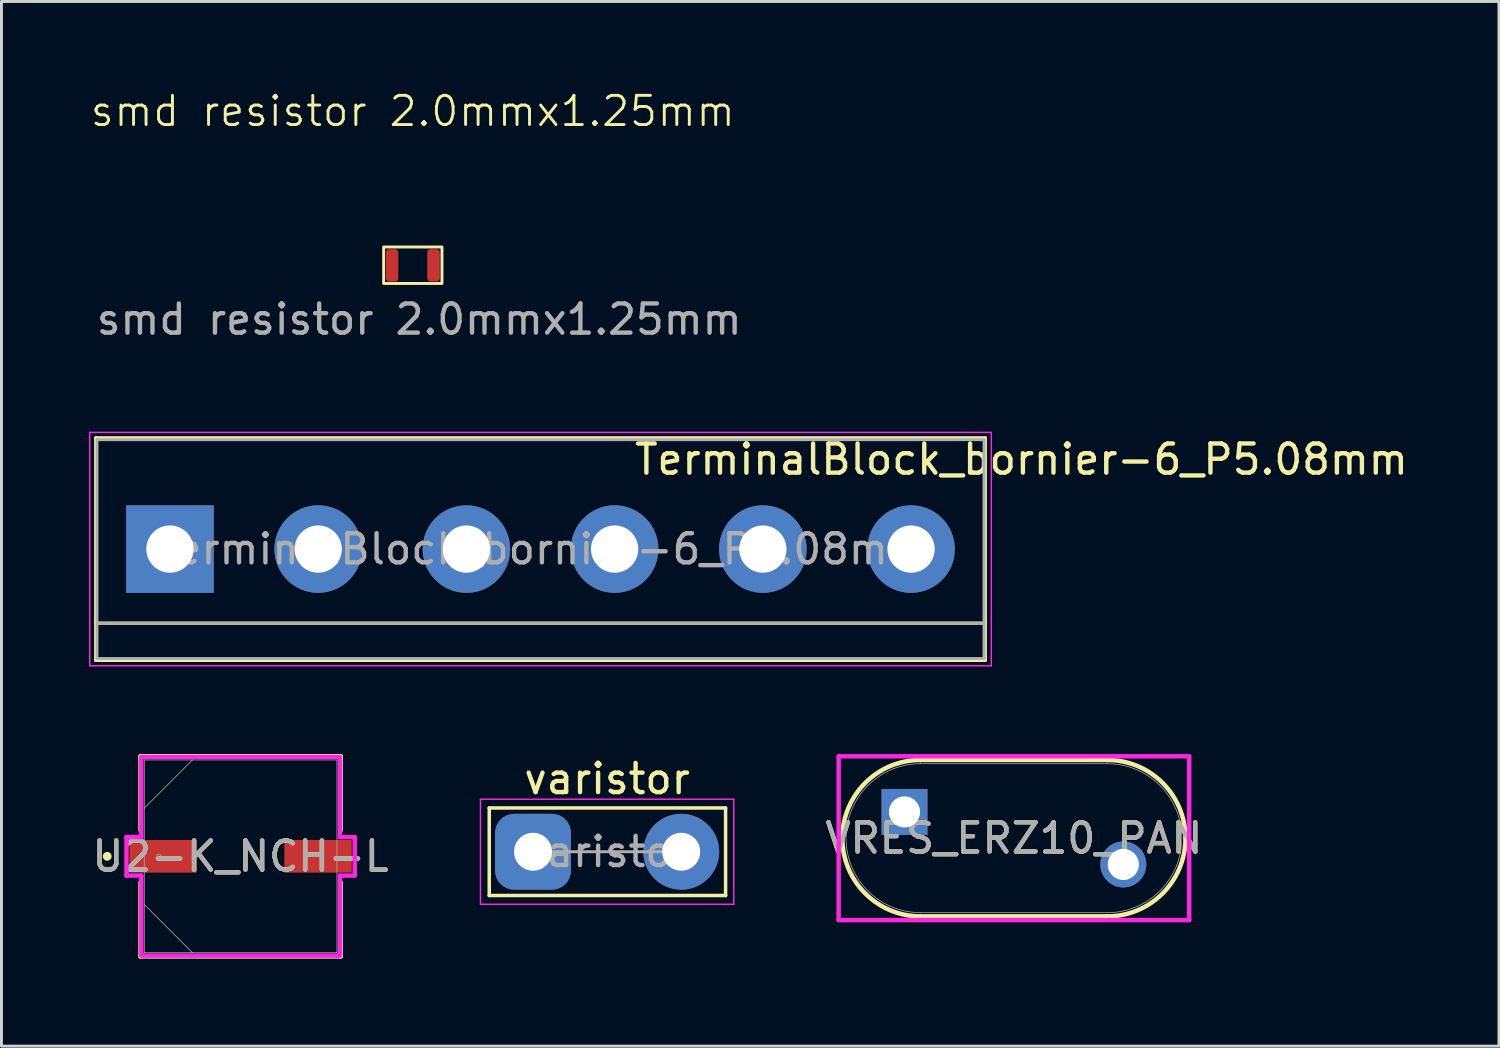
<source format=kicad_pcb>
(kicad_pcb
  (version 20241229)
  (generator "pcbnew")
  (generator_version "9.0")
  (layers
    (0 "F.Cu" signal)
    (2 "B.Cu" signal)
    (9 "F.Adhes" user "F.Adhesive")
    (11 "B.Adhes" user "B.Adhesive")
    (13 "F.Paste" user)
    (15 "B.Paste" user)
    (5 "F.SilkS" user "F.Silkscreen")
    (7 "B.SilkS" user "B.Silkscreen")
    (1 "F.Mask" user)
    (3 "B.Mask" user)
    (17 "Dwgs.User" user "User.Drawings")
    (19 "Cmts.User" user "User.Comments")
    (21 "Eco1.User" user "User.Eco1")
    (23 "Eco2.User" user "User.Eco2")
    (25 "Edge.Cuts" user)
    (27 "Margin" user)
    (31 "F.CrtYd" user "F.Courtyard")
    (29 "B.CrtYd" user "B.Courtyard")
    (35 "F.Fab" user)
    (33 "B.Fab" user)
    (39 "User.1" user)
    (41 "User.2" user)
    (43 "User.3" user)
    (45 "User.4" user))
  (footprint "TerminalBlock_bornier-6_P5.08mm"
    (layer "F.Cu")
    (at 2.775 15.769)
    (property "Reference" "TerminalBlock_bornier-6_P5.08mm" (at 29.185 -3.075 180) (layer "F.SilkS") (effects (font (size 1 1) (thickness 0.15))))
    (attr through_hole)
    (fp_line (start -2.54 -3.81) (end -2.54 3.81) (stroke (width 0.12) (type solid)) (layer "F.SilkS"))
    (fp_line (start -2.54 -3.81) (end 27.94 -3.81) (stroke (width 0.12) (type solid)) (layer "F.SilkS"))
    (fp_line (start -2.54 2.54) (end 27.94 2.54) (stroke (width 0.12) (type solid)) (layer "F.SilkS"))
    (fp_line (start -2.54 3.81) (end 27.94 3.81) (stroke (width 0.12) (type solid)) (layer "F.SilkS"))
    (fp_line (start 27.94 3.81) (end 27.94 -3.81) (stroke (width 0.12) (type solid)) (layer "F.SilkS"))
    (fp_line (start -2.75 -4) (end -2.75 4) (stroke (width 0.05) (type solid)) (layer "F.CrtYd"))
    (fp_line (start -2.75 -4) (end 28.15 -4) (stroke (width 0.05) (type solid)) (layer "F.CrtYd"))
    (fp_line (start 28.15 4) (end -2.75 4) (stroke (width 0.05) (type solid)) (layer "F.CrtYd"))
    (fp_line (start 28.15 4) (end 28.15 -4) (stroke (width 0.05) (type solid)) (layer "F.CrtYd"))
    (fp_line (start -2.5 -3.75) (end -2.5 3.75) (stroke (width 0.1) (type solid)) (layer "F.Fab"))
    (fp_line (start -2.5 2.55) (end 27.9 2.55) (stroke (width 0.1) (type solid)) (layer "F.Fab"))
    (fp_line (start -2.5 3.75) (end 27.9 3.75) (stroke (width 0.1) (type solid)) (layer "F.Fab"))
    (fp_line (start 27.9 -3.75) (end -2.5 -3.75) (stroke (width 0.1) (type solid)) (layer "F.Fab"))
    (fp_line (start 27.9 3.75) (end 27.9 -3.75) (stroke (width 0.1) (type solid)) (layer "F.Fab"))
    (fp_text user "${REFERENCE}" (at 12.7 0 180) (layer "F.Fab") (effects (font (size 1 1) (thickness 0.15))))
    (pad "1" thru_hole rect (at 0 0) (size 3 3) (drill 1.62) (layers "*.Cu" "*.Mask"))
    (pad "2" thru_hole circle (at 5.08 0) (size 3 3) (drill 1.62) (layers "*.Cu" "*.Mask"))
    (pad "3" thru_hole circle (at 10.16 0) (size 3 3) (drill 1.62) (layers "*.Cu" "*.Mask"))
    (pad "4" thru_hole circle (at 15.24 0) (size 3 3) (drill 1.62) (layers "*.Cu" "*.Mask"))
    (pad "5" thru_hole circle (at 20.32 0) (size 3 3) (drill 1.62) (layers "*.Cu" "*.Mask"))
    (pad "6" thru_hole circle (at 25.4 0) (size 3 3) (drill 1.62) (layers "*.Cu" "*.Mask")))
  (footprint "VRES_ERZ10_PAN"
    (layer "F.Cu")
    (at 31.7 25.677)
    (property "Reference" "VRES_ERZ10_PAN" (at 0 0 0) (unlocked yes) (layer "F.SilkS") (effects (font (size 1 1) (thickness 0.15))))
    (attr through_hole)
    (fp_line (start -3.2 -2.68) (end 3.2 -2.68) (stroke (width 0.152) (type solid)) (layer "F.SilkS"))
    (fp_line (start -3.2 2.68) (end 3.2 2.68) (stroke (width 0.152) (type solid)) (layer "F.SilkS"))
    (fp_arc (start -3.2004 2.6797) (mid -5.8801 0) (end -3.2004 -2.6797) (stroke (width 0.1524) (type solid)) (layer "F.SilkS"))
    (fp_arc (start 3.2004 -2.6797) (mid 5.095234 -1.894834) (end 5.8801 0) (stroke (width 0.1524) (type solid)) (layer "F.SilkS"))
    (fp_arc (start 5.8801 0) (mid 5.095234 1.894834) (end 3.2004 2.6797) (stroke (width 0.1524) (type solid)) (layer "F.SilkS"))
    (fp_line (start -6.007 -2.807) (end 6.007 -2.807) (stroke (width 0.152) (type solid)) (layer "F.CrtYd"))
    (fp_line (start -6.007 2.807) (end -6.007 -2.807) (stroke (width 0.152) (type solid)) (layer "F.CrtYd"))
    (fp_line (start 6.007 -2.807) (end 6.007 2.807) (stroke (width 0.152) (type solid)) (layer "F.CrtYd"))
    (fp_line (start 6.007 2.807) (end -6.007 2.807) (stroke (width 0.152) (type solid)) (layer "F.CrtYd"))
    (fp_line (start -3.2 -2.553) (end 3.2 -2.553) (stroke (width 0.025) (type solid)) (layer "F.Fab"))
    (fp_line (start -3.2 2.553) (end 3.2 2.553) (stroke (width 0.025) (type solid)) (layer "F.Fab"))
    (fp_arc (start -3.2004 2.5527) (mid -5.7531 0) (end -3.2004 -2.5527) (stroke (width 0.0254) (type solid)) (layer "F.Fab"))
    (fp_arc (start 3.2004 -2.5527) (mid 5.7531 0) (end 3.2004 2.5527) (stroke (width 0.0254) (type solid)) (layer "F.Fab"))
    (fp_text user "${REFERENCE}" (at 0 0 0) (unlocked yes) (layer "F.Fab") (effects (font (size 1 1) (thickness 0.15))))
    (pad "1" thru_hole rect (at -3.75 -0.9) (size 1.575 1.575) (drill 1.067) (layers "*.Cu" "*.Mask"))
    (pad "2" thru_hole circle (at 3.75 0.9) (size 1.575 1.575) (drill 1.067) (layers "*.Cu" "*.Mask")))
  (footprint "U2-K_NCH-L"
    (layer "F.Cu")
    (at 5.196 26.299)
    (property "Reference" "U2-K_NCH-L" (at 0 0 0) (unlocked yes) (layer "F.SilkS") (effects (font (size 1 1) (thickness 0.15))))
    (attr smd)
    (fp_line (start -3.429 -3.429) (end -3.429 -0.892) (stroke (width 0.152) (type solid)) (layer "F.SilkS"))
    (fp_line (start -3.429 0.892) (end -3.429 3.429) (stroke (width 0.152) (type solid)) (layer "F.SilkS"))
    (fp_line (start -3.429 3.429) (end 3.429 3.429) (stroke (width 0.152) (type solid)) (layer "F.SilkS"))
    (fp_line (start 3.429 -3.429) (end -3.429 -3.429) (stroke (width 0.152) (type solid)) (layer "F.SilkS"))
    (fp_line (start 3.429 -0.892) (end 3.429 -3.429) (stroke (width 0.152) (type solid)) (layer "F.SilkS"))
    (fp_line (start 3.429 3.429) (end 3.429 0.892) (stroke (width 0.152) (type solid)) (layer "F.SilkS"))
    (fp_circle (center -4.572 0) (end -4.496 0) (stroke (width 0.152) (type solid)) (fill no) (layer "F.SilkS"))
    (fp_line (start -3.912 -0.66) (end -3.404 -0.66) (stroke (width 0.152) (type solid)) (layer "F.CrtYd"))
    (fp_line (start -3.912 0.66) (end -3.912 -0.66) (stroke (width 0.152) (type solid)) (layer "F.CrtYd"))
    (fp_line (start -3.404 -3.404) (end 3.404 -3.404) (stroke (width 0.152) (type solid)) (layer "F.CrtYd"))
    (fp_line (start -3.404 -0.66) (end -3.404 -3.404) (stroke (width 0.152) (type solid)) (layer "F.CrtYd"))
    (fp_line (start -3.404 0.66) (end -3.912 0.66) (stroke (width 0.152) (type solid)) (layer "F.CrtYd"))
    (fp_line (start -3.404 3.404) (end -3.404 0.66) (stroke (width 0.152) (type solid)) (layer "F.CrtYd"))
    (fp_line (start 3.404 -3.404) (end 3.404 -0.66) (stroke (width 0.152) (type solid)) (layer "F.CrtYd"))
    (fp_line (start 3.404 -0.66) (end 3.912 -0.66) (stroke (width 0.152) (type solid)) (layer "F.CrtYd"))
    (fp_line (start 3.404 0.66) (end 3.404 3.404) (stroke (width 0.152) (type solid)) (layer "F.CrtYd"))
    (fp_line (start 3.404 3.404) (end -3.404 3.404) (stroke (width 0.152) (type solid)) (layer "F.CrtYd"))
    (fp_line (start 3.912 -0.66) (end 3.912 0.66) (stroke (width 0.152) (type solid)) (layer "F.CrtYd"))
    (fp_line (start 3.912 0.66) (end 3.404 0.66) (stroke (width 0.152) (type solid)) (layer "F.CrtYd"))
    (fp_line (start -3.302 -3.302) (end -3.302 3.302) (stroke (width 0.025) (type solid)) (layer "F.Fab"))
    (fp_line (start -3.302 -1.651) (end -1.651 -3.302) (stroke (width 0.025) (type solid)) (layer "F.Fab"))
    (fp_line (start -3.302 1.651) (end -1.651 3.302) (stroke (width 0.025) (type solid)) (layer "F.Fab"))
    (fp_line (start -3.302 3.302) (end 3.302 3.302) (stroke (width 0.025) (type solid)) (layer "F.Fab"))
    (fp_line (start 3.302 -3.302) (end -3.302 -3.302) (stroke (width 0.025) (type solid)) (layer "F.Fab"))
    (fp_line (start 3.302 3.302) (end 3.302 -3.302) (stroke (width 0.025) (type solid)) (layer "F.Fab"))
    (fp_circle (center -2.794 0) (end -2.718 0) (stroke (width 0.025) (type solid)) (fill no) (layer "F.Fab"))
    (fp_text user "${REFERENCE}" (at 0 0 0) (unlocked yes) (layer "F.Fab") (effects (font (size 1 1) (thickness 0.15))))
    (pad "1" smd rect (at -2.654 0) (size 2.311 1.118) (layers "F.Cu" "F.Mask" "F.Paste"))
    (pad "2" smd rect (at 2.654 0) (size 2.311 1.118) (layers "F.Cu" "F.Mask" "F.Paste"))
    (zone (net_name "") (layer "F.Cu") (hatch full 0.508) (connect_pads) (min_thickness 0.254) (filled_areas_thickness no) (keepout (tracks not_allowed) (vias not_allowed) (pads allowed) (copperpour not_allowed) (footprints allowed)) (placement (enabled no)) (fill) (polygon (pts (xy 1.945 23.048) (xy 8.448 23.048) (xy 8.448 25.689) (xy 1.945 25.689))))
    (zone (net_name "") (layer "F.Cu") (hatch full 0.508) (connect_pads) (min_thickness 0.254) (filled_areas_thickness no) (keepout (tracks not_allowed) (vias not_allowed) (pads allowed) (copperpour not_allowed) (footprints allowed)) (placement (enabled no)) (fill) (polygon (pts (xy 1.945 26.909) (xy 8.448 26.909) (xy 8.448 29.55) (xy 1.945 29.55))))
    (zone (net_name "") (layer "F.Cu") (hatch full 0.508) (connect_pads) (min_thickness 0.254) (filled_areas_thickness no) (keepout (tracks not_allowed) (vias not_allowed) (pads allowed) (copperpour not_allowed) (footprints allowed)) (placement (enabled no)) (fill) (polygon (pts (xy 3.749 25.689) (xy 6.644 25.689) (xy 6.644 26.909) (xy 3.749 26.909)))))
  (footprint "smd resistor 2.0mmx1.25mm"
    (layer "F.Cu")
    (at 11.098 6.035)
    (property "Reference" "smd resistor 2.0mmx1.25mm" (at 0 -5.275 0) (unlocked yes) (layer "F.SilkS") (effects (font (size 1 1) (thickness 0.1))))
    (attr smd)
    (fp_rect (start -1 -0.62) (end 1 0.63) (stroke (width 0.1) (type default)) (fill no) (layer "F.SilkS"))
    (fp_text user "${REFERENCE}" (at 0.22 1.86 0) (unlocked yes) (layer "F.Fab") (effects (font (size 1 1) (thickness 0.15))))
    (pad "1" smd roundrect (at -0.71 0.01) (size 0.426 1.11) (layers "F.Cu" "F.Mask" "F.Paste") (roundrect_rratio 0.25))
    (pad "2" smd roundrect (at 0.71 0.01) (size 0.431 1.109) (layers "F.Cu" "F.Mask" "F.Paste") (roundrect_rratio 0.25)))
  (footprint "varistor"
    (layer "F.Cu")
    (at 15.218 26.142)
    (property "Reference" "varistor" (at 2.54 -2.5 0) (layer "F.SilkS") (effects (font (size 1 1) (thickness 0.15))))
    (attr exclude_from_pos_files exclude_from_bom)
    (fp_line (start -1.5 -1.5) (end -1.5 1.5) (stroke (width 0.12) (type solid)) (layer "F.SilkS"))
    (fp_line (start -1.5 -1.5) (end 6.6 -1.5) (stroke (width 0.12) (type solid)) (layer "F.SilkS"))
    (fp_line (start 6.6 1.5) (end -1.5 1.5) (stroke (width 0.12) (type solid)) (layer "F.SilkS"))
    (fp_line (start 6.6 1.5) (end 6.6 -1.5) (stroke (width 0.12) (type solid)) (layer "F.SilkS"))
    (fp_line (start -1.8 -1.8) (end -1.8 1.8) (stroke (width 0.05) (type solid)) (layer "F.CrtYd"))
    (fp_line (start -1.8 -1.8) (end 6.88 -1.8) (stroke (width 0.05) (type solid)) (layer "F.CrtYd"))
    (fp_line (start 6.88 1.8) (end -1.8 1.8) (stroke (width 0.05) (type solid)) (layer "F.CrtYd"))
    (fp_line (start 6.88 1.8) (end 6.88 -1.8) (stroke (width 0.05) (type solid)) (layer "F.CrtYd"))
    (fp_line (start 5.08 0) (end 0 0) (stroke (width 0.1) (type solid)) (layer "F.Fab"))
    (fp_text user "${REFERENCE}" (at 2.54 0 0) (layer "F.Fab") (effects (font (size 1 1) (thickness 0.15))))
    (pad "1" thru_hole roundrect (at 0 0) (size 2.6 2.6) (drill 1.3) (layers "*.Cu" "*.Mask") (roundrect_rratio 0.25))
    (pad "2" thru_hole circle (at 5.08 0) (size 2.6 2.6) (drill 1.3) (layers "*.Cu" "*.Mask")))
  (gr_rect
    (start -3 -3)
    (end 48.323 32.804)
    (stroke (width 0.1) (type default))
    (fill no)
    (layer "Edge.Cuts")))
</source>
